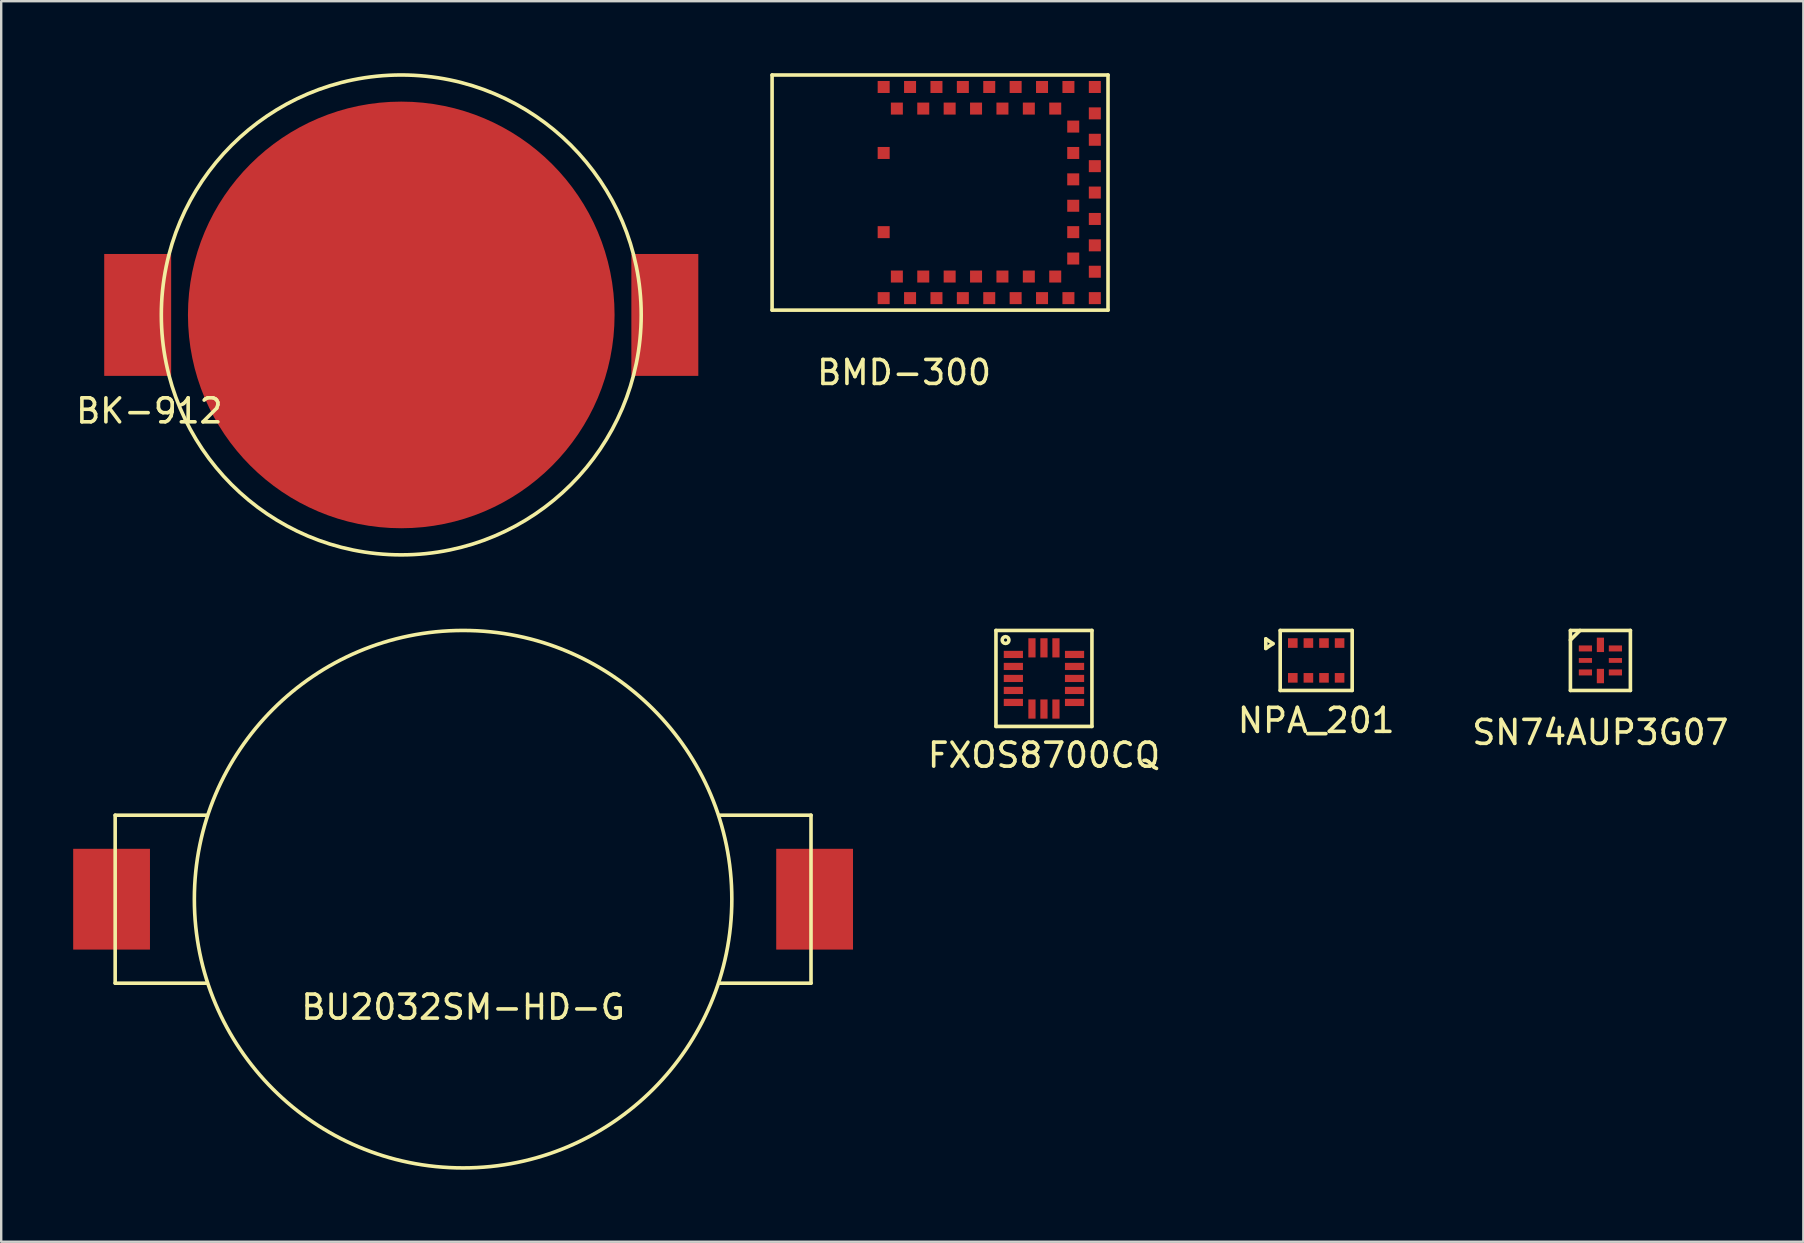
<source format=kicad_pcb>
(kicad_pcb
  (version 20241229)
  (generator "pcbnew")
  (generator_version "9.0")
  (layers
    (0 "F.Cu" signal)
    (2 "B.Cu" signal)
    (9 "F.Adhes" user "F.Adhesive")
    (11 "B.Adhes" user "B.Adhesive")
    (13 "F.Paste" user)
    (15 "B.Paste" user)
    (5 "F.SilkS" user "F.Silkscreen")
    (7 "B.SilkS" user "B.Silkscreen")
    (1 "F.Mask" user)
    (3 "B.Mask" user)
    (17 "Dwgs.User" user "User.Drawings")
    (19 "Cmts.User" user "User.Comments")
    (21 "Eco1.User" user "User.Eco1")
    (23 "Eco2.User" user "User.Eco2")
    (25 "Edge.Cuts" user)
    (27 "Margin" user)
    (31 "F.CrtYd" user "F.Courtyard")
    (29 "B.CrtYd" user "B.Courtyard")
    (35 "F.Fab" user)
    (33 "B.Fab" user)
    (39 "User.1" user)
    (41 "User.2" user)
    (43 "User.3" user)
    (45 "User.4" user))
  (footprint "SN74AUP3G07"
    (layer "F.Cu")
    (at 63.649 24.475)
    (property "Reference" "SN74AUP3G07" (at 0 3 0) (layer "F.SilkS") (effects (font (size 1 1) (thickness 0.15))))
    (attr through_hole)
    (fp_line (start -1.25 -1.25) (end -1.25 1.25) (stroke (width 0.15) (type solid)) (layer "F.SilkS"))
    (fp_line (start -1.25 1.25) (end 1.25 1.25) (stroke (width 0.15) (type solid)) (layer "F.SilkS"))
    (fp_line (start -0.85 -1.25) (end -1.25 -0.85) (stroke (width 0.15) (type solid)) (layer "F.SilkS"))
    (fp_line (start 1.25 -1.25) (end -1.25 -1.25) (stroke (width 0.15) (type solid)) (layer "F.SilkS"))
    (fp_line (start 1.25 1.25) (end 1.25 -1.25) (stroke (width 0.15) (type solid)) (layer "F.SilkS"))
    (pad "1" smd rect (at -0.625 -0.5) (size 0.55 0.25) (layers "F.Cu" "F.Mask" "F.Paste"))
    (pad "2" smd rect (at -0.625 0) (size 0.55 0.2) (layers "F.Cu" "F.Mask" "F.Paste"))
    (pad "3" smd rect (at -0.625 0.5) (size 0.55 0.25) (layers "F.Cu" "F.Mask" "F.Paste"))
    (pad "4" smd rect (at 0 0.65) (size 0.3 0.6) (layers "F.Cu" "F.Mask" "F.Paste"))
    (pad "5" smd rect (at 0.625 0.5) (size 0.55 0.25) (layers "F.Cu" "F.Mask" "F.Paste"))
    (pad "6" smd rect (at 0.625 0) (size 0.55 0.2) (layers "F.Cu" "F.Mask" "F.Paste"))
    (pad "7" smd rect (at 0.625 -0.5) (size 0.55 0.25) (layers "F.Cu" "F.Mask" "F.Paste"))
    (pad "8" smd rect (at 0 -0.65) (size 0.3 0.6) (layers "F.Cu" "F.Mask" "F.Paste")))
  (footprint "BK-912"
    (layer "F.Cu")
    (at 13.673 10.075)
    (property "Reference" "BK-912" (at -10.5 4 0) (layer "F.SilkS") (effects (font (size 1 1) (thickness 0.15))))
    (attr through_hole)
    (fp_circle (center 0 0) (end 10 0) (stroke (width 0.15) (type solid)) (fill no) (layer "F.SilkS"))
    (pad "1" smd rect (at -10.985 0) (size 2.79 5.08) (layers "F.Cu" "F.Mask" "F.Paste"))
    (pad "1" smd rect (at 10.985 0) (size 2.79 5.08) (layers "F.Cu" "F.Mask" "F.Paste"))
    (pad "2" smd circle (at 0 0) (size 17.78 17.78) (layers "F.Cu" "F.Mask" "F.Paste")))
  (footprint "NPA_201"
    (layer "F.Cu")
    (at 51.804 24.475)
    (property "Reference" "NPA_201" (at 0 2.5 0) (layer "F.SilkS") (effects (font (size 1 1) (thickness 0.15))))
    (attr through_hole)
    (fp_line (start -2.1 -0.9) (end -2.1 -0.5) (stroke (width 0.15) (type solid)) (layer "F.SilkS"))
    (fp_line (start -2.1 -0.5) (end -1.8 -0.7) (stroke (width 0.15) (type solid)) (layer "F.SilkS"))
    (fp_line (start -1.8 -0.7) (end -2.1 -0.9) (stroke (width 0.15) (type solid)) (layer "F.SilkS"))
    (fp_line (start -1.5 -1.25) (end -1.5 1.25) (stroke (width 0.15) (type solid)) (layer "F.SilkS"))
    (fp_line (start -1.5 1.25) (end 1.5 1.25) (stroke (width 0.15) (type solid)) (layer "F.SilkS"))
    (fp_line (start 1.5 -1.25) (end -1.5 -1.25) (stroke (width 0.15) (type solid)) (layer "F.SilkS"))
    (fp_line (start 1.5 1.25) (end 1.5 -1.25) (stroke (width 0.15) (type solid)) (layer "F.SilkS"))
    (pad "1" smd rect (at -0.975 -0.725) (size 0.4 0.4) (layers "F.Cu" "F.Mask" "F.Paste"))
    (pad "2" smd rect (at -0.325 -0.725) (size 0.4 0.4) (layers "F.Cu" "F.Mask" "F.Paste"))
    (pad "3" smd rect (at 0.325 -0.725) (size 0.4 0.4) (layers "F.Cu" "F.Mask" "F.Paste"))
    (pad "4" smd rect (at 0.975 -0.725) (size 0.4 0.4) (layers "F.Cu" "F.Mask" "F.Paste"))
    (pad "5" smd rect (at 0.975 0.725) (size 0.4 0.4) (layers "F.Cu" "F.Mask" "F.Paste"))
    (pad "6" smd rect (at 0.325 0.725) (size 0.4 0.4) (layers "F.Cu" "F.Mask" "F.Paste"))
    (pad "7" smd rect (at -0.325 0.725) (size 0.4 0.4) (layers "F.Cu" "F.Mask" "F.Paste"))
    (pad "8" smd rect (at -0.975 0.725) (size 0.4 0.4) (layers "F.Cu" "F.Mask" "F.Paste")))
  (footprint "BU2032SM-HD-G"
    (layer "F.Cu")
    (at 16.25 34.425)
    (property "Reference" "BU2032SM-HD-G" (at 0 4.5 0) (layer "F.SilkS") (effects (font (size 1 1) (thickness 0.15))))
    (attr through_hole)
    (fp_line (start -14.5 -3.5) (end -14.5 3.5) (stroke (width 0.15) (type solid)) (layer "F.SilkS"))
    (fp_line (start -14.5 -3.5) (end -10.7 -3.5) (stroke (width 0.15) (type solid)) (layer "F.SilkS"))
    (fp_line (start -10.7 3.5) (end -14.5 3.5) (stroke (width 0.15) (type solid)) (layer "F.SilkS"))
    (fp_line (start 10.7 -3.5) (end 14.5 -3.5) (stroke (width 0.15) (type solid)) (layer "F.SilkS"))
    (fp_line (start 14.5 -3.5) (end 14.5 3.5) (stroke (width 0.15) (type solid)) (layer "F.SilkS"))
    (fp_line (start 14.5 3.5) (end 10.7 3.5) (stroke (width 0.15) (type solid)) (layer "F.SilkS"))
    (fp_circle (center 0 0) (end 11.2 0) (stroke (width 0.15) (type solid)) (fill no) (layer "F.SilkS"))
    (pad "1" smd rect (at -14.65 0) (size 3.2 4.2) (layers "F.Cu" "F.Mask" "F.Paste"))
    (pad "2" smd rect (at 14.65 0) (size 3.2 4.2) (layers "F.Cu" "F.Mask" "F.Paste")))
  (footprint "FXOS8700CQ"
    (layer "F.Cu")
    (at 40.458 25.225)
    (property "Reference" "FXOS8700CQ" (at 0 3.2 0) (layer "F.SilkS") (effects (font (size 1 1) (thickness 0.15))))
    (attr through_hole)
    (fp_line (start -2 -2) (end -2 2) (stroke (width 0.15) (type solid)) (layer "F.SilkS"))
    (fp_line (start -2 2) (end 2 2) (stroke (width 0.15) (type solid)) (layer "F.SilkS"))
    (fp_line (start 2 -2) (end -2 -2) (stroke (width 0.15) (type solid)) (layer "F.SilkS"))
    (fp_line (start 2 2) (end 2 -2) (stroke (width 0.15) (type solid)) (layer "F.SilkS"))
    (fp_circle (center -1.6 -1.6) (end -1.5 -1.5) (stroke (width 0.15) (type solid)) (fill no) (layer "F.SilkS"))
    (pad "1" smd rect (at -1.275 -1) (size 0.8 0.3) (layers "F.Cu" "F.Mask" "F.Paste"))
    (pad "2" smd rect (at -1.275 -0.5) (size 0.8 0.3) (layers "F.Cu" "F.Mask" "F.Paste"))
    (pad "3" smd rect (at -1.275 0) (size 0.8 0.3) (layers "F.Cu" "F.Mask" "F.Paste"))
    (pad "4" smd rect (at -1.275 0.5) (size 0.8 0.3) (layers "F.Cu" "F.Mask" "F.Paste"))
    (pad "5" smd rect (at -1.275 1) (size 0.8 0.3) (layers "F.Cu" "F.Mask" "F.Paste"))
    (pad "6" smd rect (at -0.5 1.275 90) (size 0.8 0.3) (layers "F.Cu" "F.Mask" "F.Paste"))
    (pad "7" smd rect (at 0 1.275 90) (size 0.8 0.3) (layers "F.Cu" "F.Mask" "F.Paste"))
    (pad "8" smd rect (at 0.5 1.275 90) (size 0.8 0.3) (layers "F.Cu" "F.Mask" "F.Paste"))
    (pad "9" smd rect (at 1.275 1) (size 0.8 0.3) (layers "F.Cu" "F.Mask" "F.Paste"))
    (pad "10" smd rect (at 1.275 0.5) (size 0.8 0.3) (layers "F.Cu" "F.Mask" "F.Paste"))
    (pad "11" smd rect (at 1.275 0) (size 0.8 0.3) (layers "F.Cu" "F.Mask" "F.Paste"))
    (pad "12" smd rect (at 1.275 -0.5) (size 0.8 0.3) (layers "F.Cu" "F.Mask" "F.Paste"))
    (pad "13" smd rect (at 1.275 -1) (size 0.8 0.3) (layers "F.Cu" "F.Mask" "F.Paste"))
    (pad "14" smd rect (at 0.5 -1.275 90) (size 0.8 0.3) (layers "F.Cu" "F.Mask" "F.Paste"))
    (pad "15" smd rect (at 0 -1.275 90) (size 0.8 0.3) (layers "F.Cu" "F.Mask" "F.Paste"))
    (pad "16" smd rect (at -0.5 -1.275 90) (size 0.8 0.3) (layers "F.Cu" "F.Mask" "F.Paste")))
  (footprint "BMD-300"
    (layer "F.Cu")
    (at 36.128 4.975)
    (property "Reference" "BMD-300" (at -1.5 7.5 0) (layer "F.SilkS") (effects (font (size 1 1) (thickness 0.15))))
    (attr through_hole)
    (fp_line (start -7 -4.9) (end -7 4.9) (stroke (width 0.15) (type solid)) (layer "F.SilkS"))
    (fp_line (start -7 4.9) (end 7 4.9) (stroke (width 0.15) (type solid)) (layer "F.SilkS"))
    (fp_line (start 7 -4.9) (end -7 -4.9) (stroke (width 0.15) (type solid)) (layer "F.SilkS"))
    (fp_line (start 7 4.9) (end 7 -4.9) (stroke (width 0.15) (type solid)) (layer "F.SilkS"))
    (pad "1" smd rect (at -2.35 4.4) (size 0.5 0.5) (layers "F.Cu" "F.Mask" "F.Paste"))
    (pad "2" smd rect (at -1.8 3.5) (size 0.5 0.5) (layers "F.Cu" "F.Mask" "F.Paste"))
    (pad "3" smd rect (at -1.25 4.4) (size 0.5 0.5) (layers "F.Cu" "F.Mask" "F.Paste"))
    (pad "4" smd rect (at -0.7 3.5) (size 0.5 0.5) (layers "F.Cu" "F.Mask" "F.Paste"))
    (pad "5" smd rect (at -0.15 4.4) (size 0.5 0.5) (layers "F.Cu" "F.Mask" "F.Paste"))
    (pad "6" smd rect (at 0.4 3.5) (size 0.5 0.5) (layers "F.Cu" "F.Mask" "F.Paste"))
    (pad "7" smd rect (at 0.95 4.4) (size 0.5 0.5) (layers "F.Cu" "F.Mask" "F.Paste"))
    (pad "8" smd rect (at 1.5 3.5) (size 0.5 0.5) (layers "F.Cu" "F.Mask" "F.Paste"))
    (pad "9" smd rect (at 2.05 4.4) (size 0.5 0.5) (layers "F.Cu" "F.Mask" "F.Paste"))
    (pad "10" smd rect (at 2.6 3.5) (size 0.5 0.5) (layers "F.Cu" "F.Mask" "F.Paste"))
    (pad "11" smd rect (at 3.15 4.4) (size 0.5 0.5) (layers "F.Cu" "F.Mask" "F.Paste"))
    (pad "12" smd rect (at 3.7 3.5) (size 0.5 0.5) (layers "F.Cu" "F.Mask" "F.Paste"))
    (pad "13" smd rect (at 4.25 4.4) (size 0.5 0.5) (layers "F.Cu" "F.Mask" "F.Paste"))
    (pad "14" smd rect (at 4.8 3.5) (size 0.5 0.5) (layers "F.Cu" "F.Mask" "F.Paste"))
    (pad "15" smd rect (at 5.35 4.4) (size 0.5 0.5) (layers "F.Cu" "F.Mask" "F.Paste"))
    (pad "16" smd rect (at 6.45 4.4) (size 0.5 0.5) (layers "F.Cu" "F.Mask" "F.Paste"))
    (pad "17" smd rect (at 6.45 3.3) (size 0.5 0.5) (layers "F.Cu" "F.Mask" "F.Paste"))
    (pad "18" smd rect (at 5.55 2.75) (size 0.5 0.5) (layers "F.Cu" "F.Mask" "F.Paste"))
    (pad "19" smd rect (at 6.45 2.2) (size 0.5 0.5) (layers "F.Cu" "F.Mask" "F.Paste"))
    (pad "20" smd rect (at 5.55 1.65) (size 0.5 0.5) (layers "F.Cu" "F.Mask" "F.Paste"))
    (pad "21" smd rect (at 6.45 1.1) (size 0.5 0.5) (layers "F.Cu" "F.Mask" "F.Paste"))
    (pad "22" smd rect (at 5.55 0.55) (size 0.5 0.5) (layers "F.Cu" "F.Mask" "F.Paste"))
    (pad "23" smd rect (at 6.45 0) (size 0.5 0.5) (layers "F.Cu" "F.Mask" "F.Paste"))
    (pad "24" smd rect (at 5.55 -0.55) (size 0.5 0.5) (layers "F.Cu" "F.Mask" "F.Paste"))
    (pad "25" smd rect (at 6.45 -1.1) (size 0.5 0.5) (layers "F.Cu" "F.Mask" "F.Paste"))
    (pad "26" smd rect (at 5.55 -1.65) (size 0.5 0.5) (layers "F.Cu" "F.Mask" "F.Paste"))
    (pad "27" smd rect (at 6.45 -2.2) (size 0.5 0.5) (layers "F.Cu" "F.Mask" "F.Paste"))
    (pad "28" smd rect (at 5.55 -2.75) (size 0.5 0.5) (layers "F.Cu" "F.Mask" "F.Paste"))
    (pad "29" smd rect (at 6.45 -3.3) (size 0.5 0.5) (layers "F.Cu" "F.Mask" "F.Paste"))
    (pad "30" smd rect (at 6.45 -4.4) (size 0.5 0.5) (layers "F.Cu" "F.Mask" "F.Paste"))
    (pad "31" smd rect (at 5.35 -4.4) (size 0.5 0.5) (layers "F.Cu" "F.Mask" "F.Paste"))
    (pad "32" smd rect (at 4.8 -3.5) (size 0.5 0.5) (layers "F.Cu" "F.Mask" "F.Paste"))
    (pad "33" smd rect (at 4.25 -4.4) (size 0.5 0.5) (layers "F.Cu" "F.Mask" "F.Paste"))
    (pad "34" smd rect (at 3.7 -3.5) (size 0.5 0.5) (layers "F.Cu" "F.Mask" "F.Paste"))
    (pad "35" smd rect (at 3.15 -4.4) (size 0.5 0.5) (layers "F.Cu" "F.Mask" "F.Paste"))
    (pad "36" smd rect (at 2.6 -3.5) (size 0.5 0.5) (layers "F.Cu" "F.Mask" "F.Paste"))
    (pad "37" smd rect (at 2.05 -4.4) (size 0.5 0.5) (layers "F.Cu" "F.Mask" "F.Paste"))
    (pad "38" smd rect (at 1.5 -3.5) (size 0.5 0.5) (layers "F.Cu" "F.Mask" "F.Paste"))
    (pad "39" smd rect (at 0.95 -4.4) (size 0.5 0.5) (layers "F.Cu" "F.Mask" "F.Paste"))
    (pad "40" smd rect (at 0.4 -3.5) (size 0.5 0.5) (layers "F.Cu" "F.Mask" "F.Paste"))
    (pad "41" smd rect (at -0.15 -4.4) (size 0.5 0.5) (layers "F.Cu" "F.Mask" "F.Paste"))
    (pad "42" smd rect (at -0.7 -3.5) (size 0.5 0.5) (layers "F.Cu" "F.Mask" "F.Paste"))
    (pad "43" smd rect (at -1.25 -4.4) (size 0.5 0.5) (layers "F.Cu" "F.Mask" "F.Paste"))
    (pad "44" smd rect (at -1.8 -3.5) (size 0.5 0.5) (layers "F.Cu" "F.Mask" "F.Paste"))
    (pad "45" smd rect (at -2.35 -4.4) (size 0.5 0.5) (layers "F.Cu" "F.Mask" "F.Paste"))
    (pad "46" smd rect (at -2.35 -1.65) (size 0.5 0.5) (layers "F.Cu" "F.Mask" "F.Paste"))
    (pad "47" smd rect (at -2.35 1.65) (size 0.5 0.5) (layers "F.Cu" "F.Mask" "F.Paste")))
  (gr_rect
    (start -3 -3)
    (end 72.107 48.7)
    (stroke (width 0.1) (type default))
    (fill no)
    (layer "Edge.Cuts")))
</source>
